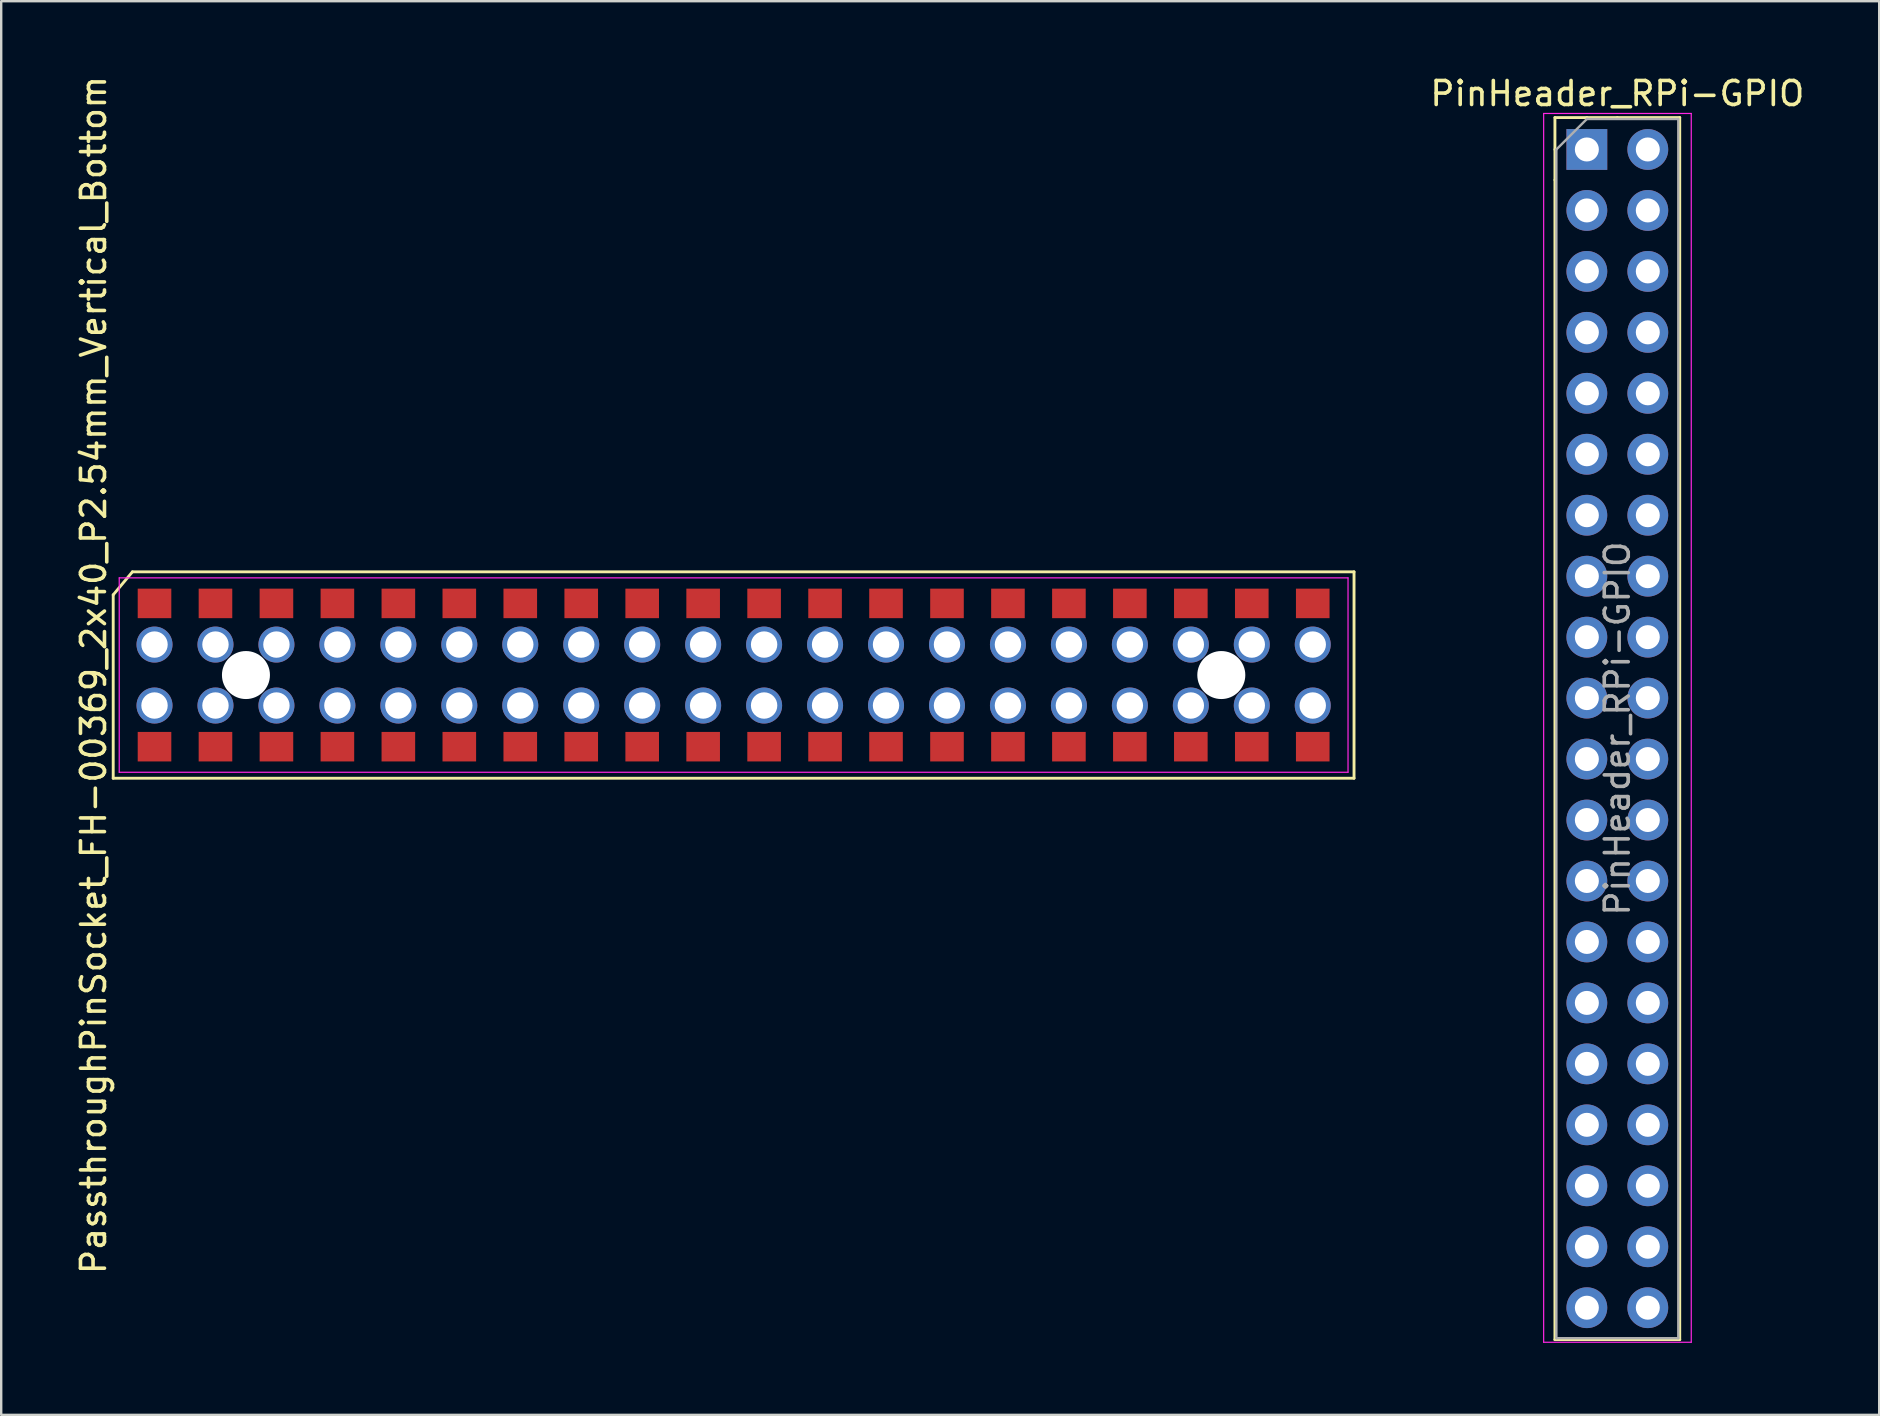
<source format=kicad_pcb>
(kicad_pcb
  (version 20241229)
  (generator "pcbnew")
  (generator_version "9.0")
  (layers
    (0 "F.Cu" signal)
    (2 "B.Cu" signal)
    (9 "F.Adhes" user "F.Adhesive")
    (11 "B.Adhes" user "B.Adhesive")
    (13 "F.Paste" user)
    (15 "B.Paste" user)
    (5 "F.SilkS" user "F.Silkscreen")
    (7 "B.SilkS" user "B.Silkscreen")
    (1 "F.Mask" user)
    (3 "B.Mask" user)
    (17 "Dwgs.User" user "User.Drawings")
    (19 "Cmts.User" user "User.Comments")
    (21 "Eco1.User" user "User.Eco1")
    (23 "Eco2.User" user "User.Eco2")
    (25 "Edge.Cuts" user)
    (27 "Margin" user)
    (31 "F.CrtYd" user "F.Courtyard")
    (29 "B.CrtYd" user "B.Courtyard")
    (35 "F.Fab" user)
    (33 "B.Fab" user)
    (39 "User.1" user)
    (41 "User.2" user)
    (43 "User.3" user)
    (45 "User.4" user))
  (footprint "PinHeader_RPi-GPIO"
    (layer "F.Cu")
    (at 63.069 3.178)
    (property "Reference" "PinHeader_RPi-GPIO" (at 1.27 -2.33 0) (layer "F.SilkS") (effects (font (size 1 1) (thickness 0.15))))
    (attr through_hole)
    (fp_line (start -1.33 -1.33) (end 0 -1.33) (stroke (width 0.12) (type solid)) (layer "F.SilkS"))
    (fp_line (start -1.33 0) (end -1.33 -1.33) (stroke (width 0.12) (type solid)) (layer "F.SilkS"))
    (fp_line (start -1.33 1.27) (end -1.33 0) (stroke (width 0.12) (type solid)) (layer "F.SilkS"))
    (fp_line (start -1.33 1.27) (end -1.33 49.59) (stroke (width 0.12) (type solid)) (layer "F.SilkS"))
    (fp_line (start -1.33 49.59) (end 3.87 49.59) (stroke (width 0.12) (type solid)) (layer "F.SilkS"))
    (fp_line (start 0 -1.33) (end 1.27 -1.33) (stroke (width 0.12) (type solid)) (layer "F.SilkS"))
    (fp_line (start 1.27 -1.33) (end 3.87 -1.33) (stroke (width 0.12) (type solid)) (layer "F.SilkS"))
    (fp_line (start 3.87 -1.33) (end 3.87 49.59) (stroke (width 0.12) (type solid)) (layer "F.SilkS"))
    (fp_line (start -1.8 -1.5) (end -1.8 49.7) (stroke (width 0.05) (type solid)) (layer "F.CrtYd"))
    (fp_line (start -1.8 49.7) (end 4.35 49.7) (stroke (width 0.05) (type solid)) (layer "F.CrtYd"))
    (fp_line (start 4.35 -1.5) (end -1.8 -1.5) (stroke (width 0.05) (type solid)) (layer "F.CrtYd"))
    (fp_line (start 4.35 49.7) (end 4.35 -1.5) (stroke (width 0.05) (type solid)) (layer "F.CrtYd"))
    (fp_line (start -1.27 0) (end 0 -1.27) (stroke (width 0.1) (type solid)) (layer "F.Fab"))
    (fp_line (start -1.27 49.53) (end -1.27 0) (stroke (width 0.1) (type solid)) (layer "F.Fab"))
    (fp_line (start 0 -1.27) (end 3.81 -1.27) (stroke (width 0.1) (type solid)) (layer "F.Fab"))
    (fp_line (start 3.81 -1.27) (end 3.81 49.53) (stroke (width 0.1) (type solid)) (layer "F.Fab"))
    (fp_line (start 3.81 49.53) (end -1.27 49.53) (stroke (width 0.1) (type solid)) (layer "F.Fab"))
    (fp_text user "${REFERENCE}" (at 1.27 24.13 90) (layer "F.Fab") (effects (font (size 1 1) (thickness 0.15))))
    (pad "1" thru_hole rect (at 0 0) (size 1.7 1.7) (drill 1) (layers "*.Cu" "*.Mask"))
    (pad "2" thru_hole oval (at 2.54 0) (size 1.7 1.7) (drill 1) (layers "*.Cu" "*.Mask"))
    (pad "3" thru_hole oval (at 0 2.54) (size 1.7 1.7) (drill 1) (layers "*.Cu" "*.Mask"))
    (pad "4" thru_hole oval (at 2.54 2.54) (size 1.7 1.7) (drill 1) (layers "*.Cu" "*.Mask"))
    (pad "5" thru_hole oval (at 0 5.08) (size 1.7 1.7) (drill 1) (layers "*.Cu" "*.Mask"))
    (pad "6" thru_hole oval (at 2.54 5.08) (size 1.7 1.7) (drill 1) (layers "*.Cu" "*.Mask"))
    (pad "7" thru_hole oval (at 0 7.62) (size 1.7 1.7) (drill 1) (layers "*.Cu" "*.Mask"))
    (pad "8" thru_hole oval (at 2.54 7.62) (size 1.7 1.7) (drill 1) (layers "*.Cu" "*.Mask"))
    (pad "9" thru_hole oval (at 0 10.16) (size 1.7 1.7) (drill 1) (layers "*.Cu" "*.Mask"))
    (pad "10" thru_hole oval (at 2.54 10.16) (size 1.7 1.7) (drill 1) (layers "*.Cu" "*.Mask"))
    (pad "11" thru_hole oval (at 0 12.7) (size 1.7 1.7) (drill 1) (layers "*.Cu" "*.Mask"))
    (pad "12" thru_hole oval (at 2.54 12.7) (size 1.7 1.7) (drill 1) (layers "*.Cu" "*.Mask"))
    (pad "13" thru_hole oval (at 0 15.24) (size 1.7 1.7) (drill 1) (layers "*.Cu" "*.Mask"))
    (pad "14" thru_hole oval (at 2.54 15.24) (size 1.7 1.7) (drill 1) (layers "*.Cu" "*.Mask"))
    (pad "15" thru_hole oval (at 0 17.78) (size 1.7 1.7) (drill 1) (layers "*.Cu" "*.Mask"))
    (pad "16" thru_hole oval (at 2.54 17.78) (size 1.7 1.7) (drill 1) (layers "*.Cu" "*.Mask"))
    (pad "17" thru_hole oval (at 0 20.32) (size 1.7 1.7) (drill 1) (layers "*.Cu" "*.Mask"))
    (pad "18" thru_hole oval (at 2.54 20.32) (size 1.7 1.7) (drill 1) (layers "*.Cu" "*.Mask"))
    (pad "19" thru_hole oval (at 0 22.86) (size 1.7 1.7) (drill 1) (layers "*.Cu" "*.Mask"))
    (pad "20" thru_hole oval (at 2.54 22.86) (size 1.7 1.7) (drill 1) (layers "*.Cu" "*.Mask"))
    (pad "21" thru_hole oval (at 0 25.4) (size 1.7 1.7) (drill 1) (layers "*.Cu" "*.Mask"))
    (pad "22" thru_hole oval (at 2.54 25.4) (size 1.7 1.7) (drill 1) (layers "*.Cu" "*.Mask"))
    (pad "23" thru_hole oval (at 0 27.94) (size 1.7 1.7) (drill 1) (layers "*.Cu" "*.Mask"))
    (pad "24" thru_hole oval (at 2.54 27.94) (size 1.7 1.7) (drill 1) (layers "*.Cu" "*.Mask"))
    (pad "25" thru_hole oval (at 0 30.48) (size 1.7 1.7) (drill 1) (layers "*.Cu" "*.Mask"))
    (pad "26" thru_hole oval (at 2.54 30.48) (size 1.7 1.7) (drill 1) (layers "*.Cu" "*.Mask"))
    (pad "27" thru_hole oval (at 0 33.02) (size 1.7 1.7) (drill 1) (layers "*.Cu" "*.Mask"))
    (pad "28" thru_hole oval (at 2.54 33.02) (size 1.7 1.7) (drill 1) (layers "*.Cu" "*.Mask"))
    (pad "29" thru_hole oval (at 0 35.56) (size 1.7 1.7) (drill 1) (layers "*.Cu" "*.Mask"))
    (pad "30" thru_hole oval (at 2.54 35.56) (size 1.7 1.7) (drill 1) (layers "*.Cu" "*.Mask"))
    (pad "31" thru_hole oval (at 0 38.1) (size 1.7 1.7) (drill 1) (layers "*.Cu" "*.Mask"))
    (pad "32" thru_hole oval (at 2.54 38.1) (size 1.7 1.7) (drill 1) (layers "*.Cu" "*.Mask"))
    (pad "33" thru_hole oval (at 0 40.64) (size 1.7 1.7) (drill 1) (layers "*.Cu" "*.Mask"))
    (pad "34" thru_hole oval (at 2.54 40.64) (size 1.7 1.7) (drill 1) (layers "*.Cu" "*.Mask"))
    (pad "35" thru_hole oval (at 0 43.18) (size 1.7 1.7) (drill 1) (layers "*.Cu" "*.Mask"))
    (pad "36" thru_hole oval (at 2.54 43.18) (size 1.7 1.7) (drill 1) (layers "*.Cu" "*.Mask"))
    (pad "37" thru_hole oval (at 0 45.72) (size 1.7 1.7) (drill 1) (layers "*.Cu" "*.Mask"))
    (pad "38" thru_hole oval (at 2.54 45.72) (size 1.7 1.7) (drill 1) (layers "*.Cu" "*.Mask"))
    (pad "39" thru_hole oval (at 0 48.26) (size 1.7 1.7) (drill 1) (layers "*.Cu" "*.Mask"))
    (pad "40" thru_hole oval (at 2.54 48.26) (size 1.7 1.7) (drill 1) (layers "*.Cu" "*.Mask")))
  (footprint "PassthroughPinSocket_FH-00369_2x40_P2.54mm_Vertical_Bottom"
    (layer "F.Cu")
    (at 27.518 25.077)
    (property "Reference" "PassthroughPinSocket_FH-00369_2x40_P2.54mm_Vertical_Bottom" (at -26.67 0 90) (layer "F.SilkS") (effects (font (size 1 1) (thickness 0.15))))
    (attr through_hole)
    (fp_line (start -25.851 4.3) (end -25.851 -3.342) (stroke (width 0.12) (type solid)) (layer "F.SilkS"))
    (fp_line (start -25.051 -4.3) (end -25.851 -3.342) (stroke (width 0.12) (type solid)) (layer "F.SilkS"))
    (fp_line (start -25.051 -4.3) (end 25.85 -4.3) (stroke (width 0.12) (type solid)) (layer "F.SilkS"))
    (fp_line (start 25.85 -4.3) (end 25.85 4.3) (stroke (width 0.12) (type solid)) (layer "F.SilkS"))
    (fp_line (start 25.85 4.3) (end -25.851 4.3) (stroke (width 0.12) (type solid)) (layer "F.SilkS"))
    (fp_line (start -25.6 -4.05) (end 25.6 -4.05) (stroke (width 0.05) (type solid)) (layer "F.CrtYd"))
    (fp_line (start -25.6 4.05) (end -25.6 -4.05) (stroke (width 0.05) (type solid)) (layer "F.CrtYd"))
    (fp_line (start 25.6 -4.05) (end 25.6 4.05) (stroke (width 0.05) (type solid)) (layer "F.CrtYd"))
    (fp_line (start 25.6 4.05) (end -25.6 4.05) (stroke (width 0.05) (type solid)) (layer "F.CrtYd"))
    (pad "" np_thru_hole circle (at -20.32 0) (size 2 2) (drill 2) (layers "*.Cu" "*.Mask"))
    (pad "" np_thru_hole circle (at 20.32 0) (size 2 2) (drill 2) (layers "*.Cu" "*.Mask"))
    (pad "1" smd rect (at -24.13 -2.985) (size 1.4 1.23) (layers "F.Cu" "F.Mask" "F.Paste"))
    (pad "1" thru_hole circle (at -24.13 -1.27) (size 1.5 1.5) (drill 1.1) (layers "*.Cu" "*.Mask"))
    (pad "2" thru_hole circle (at -24.13 1.27) (size 1.5 1.5) (drill 1.1) (layers "*.Cu" "*.Mask"))
    (pad "2" smd rect (at -24.13 2.985) (size 1.4 1.23) (layers "F.Cu" "F.Mask" "F.Paste"))
    (pad "3" smd rect (at -21.59 -2.985) (size 1.4 1.23) (layers "F.Cu" "F.Mask" "F.Paste"))
    (pad "3" thru_hole circle (at -21.59 -1.27) (size 1.5 1.5) (drill 1.1) (layers "*.Cu" "*.Mask"))
    (pad "4" thru_hole circle (at -21.59 1.27) (size 1.5 1.5) (drill 1.1) (layers "*.Cu" "*.Mask"))
    (pad "4" smd rect (at -21.59 2.985) (size 1.4 1.23) (layers "F.Cu" "F.Mask" "F.Paste"))
    (pad "5" smd rect (at -19.05 -2.985) (size 1.4 1.23) (layers "F.Cu" "F.Mask" "F.Paste"))
    (pad "5" thru_hole circle (at -19.05 -1.27) (size 1.5 1.5) (drill 1.1) (layers "*.Cu" "*.Mask"))
    (pad "6" thru_hole circle (at -19.05 1.27) (size 1.5 1.5) (drill 1.1) (layers "*.Cu" "*.Mask"))
    (pad "6" smd rect (at -19.05 2.985) (size 1.4 1.23) (layers "F.Cu" "F.Mask" "F.Paste"))
    (pad "7" smd rect (at -16.51 -2.985) (size 1.4 1.23) (layers "F.Cu" "F.Mask" "F.Paste"))
    (pad "7" thru_hole circle (at -16.51 -1.27) (size 1.5 1.5) (drill 1.1) (layers "*.Cu" "*.Mask"))
    (pad "8" thru_hole circle (at -16.51 1.27) (size 1.5 1.5) (drill 1.1) (layers "*.Cu" "*.Mask"))
    (pad "8" smd rect (at -16.51 2.985) (size 1.4 1.23) (layers "F.Cu" "F.Mask" "F.Paste"))
    (pad "9" smd rect (at -13.97 -2.985) (size 1.4 1.23) (layers "F.Cu" "F.Mask" "F.Paste"))
    (pad "9" thru_hole circle (at -13.97 -1.27) (size 1.5 1.5) (drill 1.1) (layers "*.Cu" "*.Mask"))
    (pad "10" thru_hole circle (at -13.97 1.27) (size 1.5 1.5) (drill 1.1) (layers "*.Cu" "*.Mask"))
    (pad "10" smd rect (at -13.97 2.985) (size 1.4 1.23) (layers "F.Cu" "F.Mask" "F.Paste"))
    (pad "11" smd rect (at -11.43 -2.985) (size 1.4 1.23) (layers "F.Cu" "F.Mask" "F.Paste"))
    (pad "11" thru_hole circle (at -11.43 -1.27) (size 1.5 1.5) (drill 1.1) (layers "*.Cu" "*.Mask"))
    (pad "12" thru_hole circle (at -11.43 1.27) (size 1.5 1.5) (drill 1.1) (layers "*.Cu" "*.Mask"))
    (pad "12" smd rect (at -11.43 2.985) (size 1.4 1.23) (layers "F.Cu" "F.Mask" "F.Paste"))
    (pad "13" smd rect (at -8.89 -2.985) (size 1.4 1.23) (layers "F.Cu" "F.Mask" "F.Paste"))
    (pad "13" thru_hole circle (at -8.89 -1.27) (size 1.5 1.5) (drill 1.1) (layers "*.Cu" "*.Mask"))
    (pad "14" thru_hole circle (at -8.89 1.27) (size 1.5 1.5) (drill 1.1) (layers "*.Cu" "*.Mask"))
    (pad "14" smd rect (at -8.89 2.985) (size 1.4 1.23) (layers "F.Cu" "F.Mask" "F.Paste"))
    (pad "15" smd rect (at -6.35 -2.985) (size 1.4 1.23) (layers "F.Cu" "F.Mask" "F.Paste"))
    (pad "15" thru_hole circle (at -6.35 -1.27) (size 1.5 1.5) (drill 1.1) (layers "*.Cu" "*.Mask"))
    (pad "16" thru_hole circle (at -6.35 1.27) (size 1.5 1.5) (drill 1.1) (layers "*.Cu" "*.Mask"))
    (pad "16" smd rect (at -6.35 2.985) (size 1.4 1.23) (layers "F.Cu" "F.Mask" "F.Paste"))
    (pad "17" smd rect (at -3.81 -2.985) (size 1.4 1.23) (layers "F.Cu" "F.Mask" "F.Paste"))
    (pad "17" thru_hole circle (at -3.81 -1.27) (size 1.5 1.5) (drill 1.1) (layers "*.Cu" "*.Mask"))
    (pad "18" thru_hole circle (at -3.81 1.27) (size 1.5 1.5) (drill 1.1) (layers "*.Cu" "*.Mask"))
    (pad "18" smd rect (at -3.81 2.985) (size 1.4 1.23) (layers "F.Cu" "F.Mask" "F.Paste"))
    (pad "19" smd rect (at -1.27 -2.985) (size 1.4 1.23) (layers "F.Cu" "F.Mask" "F.Paste"))
    (pad "19" thru_hole circle (at -1.27 -1.27) (size 1.5 1.5) (drill 1.1) (layers "*.Cu" "*.Mask"))
    (pad "20" thru_hole circle (at -1.27 1.27) (size 1.5 1.5) (drill 1.1) (layers "*.Cu" "*.Mask"))
    (pad "20" smd rect (at -1.27 2.985) (size 1.4 1.23) (layers "F.Cu" "F.Mask" "F.Paste"))
    (pad "21" smd rect (at 1.27 -2.985) (size 1.4 1.23) (layers "F.Cu" "F.Mask" "F.Paste"))
    (pad "21" thru_hole circle (at 1.27 -1.27) (size 1.5 1.5) (drill 1.1) (layers "*.Cu" "*.Mask"))
    (pad "22" thru_hole circle (at 1.27 1.27) (size 1.5 1.5) (drill 1.1) (layers "*.Cu" "*.Mask"))
    (pad "22" smd rect (at 1.27 2.985) (size 1.4 1.23) (layers "F.Cu" "F.Mask" "F.Paste"))
    (pad "23" smd rect (at 3.81 -2.985) (size 1.4 1.23) (layers "F.Cu" "F.Mask" "F.Paste"))
    (pad "23" thru_hole circle (at 3.81 -1.27) (size 1.5 1.5) (drill 1.1) (layers "*.Cu" "*.Mask"))
    (pad "24" thru_hole circle (at 3.81 1.27) (size 1.5 1.5) (drill 1.1) (layers "*.Cu" "*.Mask"))
    (pad "24" smd rect (at 3.81 2.985) (size 1.4 1.23) (layers "F.Cu" "F.Mask" "F.Paste"))
    (pad "25" smd rect (at 6.35 -2.985) (size 1.4 1.23) (layers "F.Cu" "F.Mask" "F.Paste"))
    (pad "25" thru_hole circle (at 6.35 -1.27) (size 1.5 1.5) (drill 1.1) (layers "*.Cu" "*.Mask"))
    (pad "26" thru_hole circle (at 6.35 1.27) (size 1.5 1.5) (drill 1.1) (layers "*.Cu" "*.Mask"))
    (pad "26" smd rect (at 6.35 2.985) (size 1.4 1.23) (layers "F.Cu" "F.Mask" "F.Paste"))
    (pad "27" smd rect (at 8.89 -2.985) (size 1.4 1.23) (layers "F.Cu" "F.Mask" "F.Paste"))
    (pad "27" thru_hole circle (at 8.89 -1.27) (size 1.5 1.5) (drill 1.1) (layers "*.Cu" "*.Mask"))
    (pad "28" thru_hole circle (at 8.89 1.27) (size 1.5 1.5) (drill 1.1) (layers "*.Cu" "*.Mask"))
    (pad "28" smd rect (at 8.89 2.985) (size 1.4 1.23) (layers "F.Cu" "F.Mask" "F.Paste"))
    (pad "29" smd rect (at 11.43 -2.985) (size 1.4 1.23) (layers "F.Cu" "F.Mask" "F.Paste"))
    (pad "29" thru_hole circle (at 11.43 -1.27) (size 1.5 1.5) (drill 1.1) (layers "*.Cu" "*.Mask"))
    (pad "30" thru_hole circle (at 11.43 1.27) (size 1.5 1.5) (drill 1.1) (layers "*.Cu" "*.Mask"))
    (pad "30" smd rect (at 11.43 2.985) (size 1.4 1.23) (layers "F.Cu" "F.Mask" "F.Paste"))
    (pad "31" smd rect (at 13.97 -2.985) (size 1.4 1.23) (layers "F.Cu" "F.Mask" "F.Paste"))
    (pad "31" thru_hole circle (at 13.97 -1.27) (size 1.5 1.5) (drill 1.1) (layers "*.Cu" "*.Mask"))
    (pad "32" thru_hole circle (at 13.97 1.27) (size 1.5 1.5) (drill 1.1) (layers "*.Cu" "*.Mask"))
    (pad "32" smd rect (at 13.97 2.985) (size 1.4 1.23) (layers "F.Cu" "F.Mask" "F.Paste"))
    (pad "33" smd rect (at 16.51 -2.985) (size 1.4 1.23) (layers "F.Cu" "F.Mask" "F.Paste"))
    (pad "33" thru_hole circle (at 16.51 -1.27) (size 1.5 1.5) (drill 1.1) (layers "*.Cu" "*.Mask"))
    (pad "34" thru_hole circle (at 16.51 1.27) (size 1.5 1.5) (drill 1.1) (layers "*.Cu" "*.Mask"))
    (pad "34" smd rect (at 16.51 2.985) (size 1.4 1.23) (layers "F.Cu" "F.Mask" "F.Paste"))
    (pad "35" smd rect (at 19.05 -2.985) (size 1.4 1.23) (layers "F.Cu" "F.Mask" "F.Paste"))
    (pad "35" thru_hole circle (at 19.05 -1.27) (size 1.5 1.5) (drill 1.1) (layers "*.Cu" "*.Mask"))
    (pad "36" thru_hole circle (at 19.05 1.27) (size 1.5 1.5) (drill 1.1) (layers "*.Cu" "*.Mask"))
    (pad "36" smd rect (at 19.05 2.985) (size 1.4 1.23) (layers "F.Cu" "F.Mask" "F.Paste"))
    (pad "37" smd rect (at 21.59 -2.985) (size 1.4 1.23) (layers "F.Cu" "F.Mask" "F.Paste"))
    (pad "37" thru_hole circle (at 21.59 -1.27) (size 1.5 1.5) (drill 1.1) (layers "*.Cu" "*.Mask"))
    (pad "38" thru_hole circle (at 21.59 1.27) (size 1.5 1.5) (drill 1.1) (layers "*.Cu" "*.Mask"))
    (pad "38" smd rect (at 21.59 2.985) (size 1.4 1.23) (layers "F.Cu" "F.Mask" "F.Paste"))
    (pad "39" smd rect (at 24.13 -2.985) (size 1.4 1.23) (layers "F.Cu" "F.Mask" "F.Paste"))
    (pad "39" thru_hole circle (at 24.13 -1.27) (size 1.5 1.5) (drill 1.1) (layers "*.Cu" "*.Mask"))
    (pad "40" thru_hole circle (at 24.13 1.27) (size 1.5 1.5) (drill 1.1) (layers "*.Cu" "*.Mask"))
    (pad "40" smd rect (at 24.13 2.985) (size 1.4 1.23) (layers "F.Cu" "F.Mask" "F.Paste")))
  (gr_rect
    (start -3 -3)
    (end 75.25 55.903)
    (stroke (width 0.1) (type default))
    (fill no)
    (layer "Edge.Cuts")))
</source>
